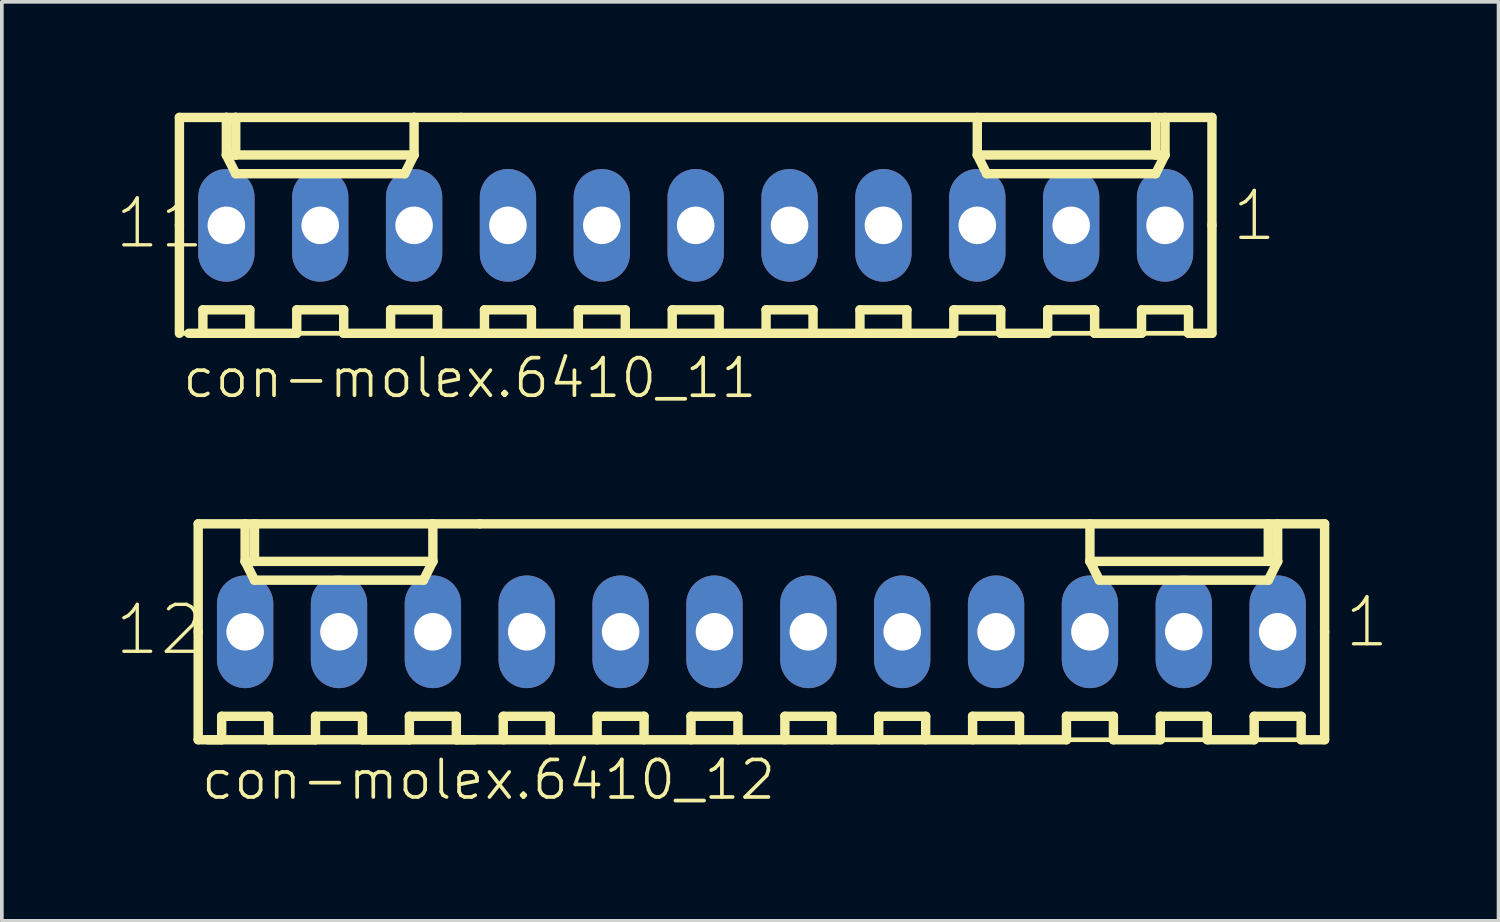
<source format=kicad_pcb>
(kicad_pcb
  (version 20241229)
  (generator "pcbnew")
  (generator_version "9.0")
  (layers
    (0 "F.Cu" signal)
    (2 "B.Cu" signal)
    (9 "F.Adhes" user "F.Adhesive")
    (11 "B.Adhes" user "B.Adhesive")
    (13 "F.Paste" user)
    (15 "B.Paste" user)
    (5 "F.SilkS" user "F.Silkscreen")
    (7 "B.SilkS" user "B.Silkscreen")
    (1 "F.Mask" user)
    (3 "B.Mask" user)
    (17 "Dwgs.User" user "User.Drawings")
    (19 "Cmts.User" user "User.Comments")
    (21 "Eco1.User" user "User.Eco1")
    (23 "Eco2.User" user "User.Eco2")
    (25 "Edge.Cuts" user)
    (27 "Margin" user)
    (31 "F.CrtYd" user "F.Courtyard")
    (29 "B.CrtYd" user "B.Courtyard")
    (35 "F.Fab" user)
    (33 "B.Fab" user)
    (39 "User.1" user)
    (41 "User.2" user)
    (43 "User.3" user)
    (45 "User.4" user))
  (footprint "con-molex.6410_12"
    (layer "F.Cu")
    (at 17.553 14.046)
    (property "Reference" "con-molex.6410_12" (at -15.213 4.599 0) (layer "F.SilkS") (effects (font (size 1.016 1.016) (thickness 0.1)) (justify left bottom)))
    (attr through_hole)
    (fp_line (start -15.24 -2.921) (end -13.97 -2.921) (stroke (width 0.254) (type default)) (layer "F.SilkS"))
    (fp_line (start -15.24 0) (end -15.24 -2.921) (stroke (width 0.254) (type default)) (layer "F.SilkS"))
    (fp_line (start -15.24 0) (end -15.24 2.921) (stroke (width 0.254) (type default)) (layer "F.SilkS"))
    (fp_line (start -15.24 2.921) (end -7.747 2.921) (stroke (width 0.254) (type default)) (layer "F.SilkS"))
    (fp_line (start -14.986 2.921) (end -14.605 2.921) (stroke (width 0.254) (type default)) (layer "F.SilkS"))
    (fp_line (start -14.605 2.286) (end -13.335 2.286) (stroke (width 0.254) (type default)) (layer "F.SilkS"))
    (fp_line (start -14.605 2.921) (end -14.605 2.286) (stroke (width 0.254) (type default)) (layer "F.SilkS"))
    (fp_line (start -13.97 -2.921) (end -13.716 -2.921) (stroke (width 0.254) (type default)) (layer "F.SilkS"))
    (fp_line (start -13.97 -2.54) (end -13.97 -2.921) (stroke (width 0.127) (type default)) (layer "F.SilkS"))
    (fp_line (start -13.97 -1.905) (end -13.97 -2.921) (stroke (width 0.254) (type default)) (layer "F.SilkS"))
    (fp_line (start -13.97 -1.905) (end -13.716 -1.905) (stroke (width 0.254) (type default)) (layer "F.SilkS"))
    (fp_line (start -13.97 -1.905) (end -13.716 -1.397) (stroke (width 0.254) (type default)) (layer "F.SilkS"))
    (fp_line (start -13.716 -2.921) (end -13.716 -1.905) (stroke (width 0.254) (type default)) (layer "F.SilkS"))
    (fp_line (start -13.716 -2.921) (end -8.89 -2.921) (stroke (width 0.254) (type default)) (layer "F.SilkS"))
    (fp_line (start -13.716 -1.905) (end -8.89 -1.905) (stroke (width 0.254) (type default)) (layer "F.SilkS"))
    (fp_line (start -13.716 -1.397) (end -9.144 -1.397) (stroke (width 0.254) (type default)) (layer "F.SilkS"))
    (fp_line (start -13.335 2.286) (end -13.335 2.921) (stroke (width 0.254) (type default)) (layer "F.SilkS"))
    (fp_line (start -13.335 2.921) (end -12.065 2.921) (stroke (width 0.254) (type default)) (layer "F.SilkS"))
    (fp_line (start -12.065 2.286) (end -10.795 2.286) (stroke (width 0.254) (type default)) (layer "F.SilkS"))
    (fp_line (start -12.065 2.921) (end -12.065 2.286) (stroke (width 0.254) (type default)) (layer "F.SilkS"))
    (fp_line (start -10.795 2.286) (end -10.795 2.921) (stroke (width 0.254) (type default)) (layer "F.SilkS"))
    (fp_line (start -10.795 2.921) (end -9.525 2.921) (stroke (width 0.254) (type default)) (layer "F.SilkS"))
    (fp_line (start -9.525 2.286) (end -8.255 2.286) (stroke (width 0.254) (type default)) (layer "F.SilkS"))
    (fp_line (start -9.525 2.921) (end -9.525 2.286) (stroke (width 0.254) (type default)) (layer "F.SilkS"))
    (fp_line (start -9.144 -1.397) (end -8.89 -1.905) (stroke (width 0.254) (type default)) (layer "F.SilkS"))
    (fp_line (start -8.89 -2.921) (end -7.62 -2.921) (stroke (width 0.254) (type default)) (layer "F.SilkS"))
    (fp_line (start -8.89 -1.905) (end -8.89 -2.921) (stroke (width 0.254) (type default)) (layer "F.SilkS"))
    (fp_line (start -8.255 2.286) (end -8.255 2.921) (stroke (width 0.254) (type default)) (layer "F.SilkS"))
    (fp_line (start -8.255 2.921) (end 8.255 2.921) (stroke (width 0.254) (type default)) (layer "F.SilkS"))
    (fp_line (start -6.985 2.286) (end -5.715 2.286) (stroke (width 0.254) (type default)) (layer "F.SilkS"))
    (fp_line (start -6.985 2.921) (end -6.985 2.286) (stroke (width 0.254) (type default)) (layer "F.SilkS"))
    (fp_line (start -5.715 2.286) (end -5.715 2.921) (stroke (width 0.254) (type default)) (layer "F.SilkS"))
    (fp_line (start -4.445 2.286) (end -3.175 2.286) (stroke (width 0.254) (type default)) (layer "F.SilkS"))
    (fp_line (start -4.445 2.921) (end -4.445 2.286) (stroke (width 0.254) (type default)) (layer "F.SilkS"))
    (fp_line (start -3.175 2.286) (end -3.175 2.921) (stroke (width 0.254) (type default)) (layer "F.SilkS"))
    (fp_line (start -1.905 2.286) (end -0.635 2.286) (stroke (width 0.254) (type default)) (layer "F.SilkS"))
    (fp_line (start -1.905 2.921) (end -1.905 2.286) (stroke (width 0.254) (type default)) (layer "F.SilkS"))
    (fp_line (start -0.635 2.286) (end -0.635 2.921) (stroke (width 0.254) (type default)) (layer "F.SilkS"))
    (fp_line (start 0.635 2.286) (end 1.905 2.286) (stroke (width 0.254) (type default)) (layer "F.SilkS"))
    (fp_line (start 0.635 2.921) (end 0.635 2.286) (stroke (width 0.254) (type default)) (layer "F.SilkS"))
    (fp_line (start 1.905 2.286) (end 1.905 2.921) (stroke (width 0.254) (type default)) (layer "F.SilkS"))
    (fp_line (start 3.175 2.286) (end 4.445 2.286) (stroke (width 0.254) (type default)) (layer "F.SilkS"))
    (fp_line (start 3.175 2.921) (end 3.175 2.286) (stroke (width 0.254) (type default)) (layer "F.SilkS"))
    (fp_line (start 4.445 2.286) (end 4.445 2.921) (stroke (width 0.254) (type default)) (layer "F.SilkS"))
    (fp_line (start 5.715 2.286) (end 6.985 2.286) (stroke (width 0.254) (type default)) (layer "F.SilkS"))
    (fp_line (start 5.715 2.921) (end 5.715 2.286) (stroke (width 0.254) (type default)) (layer "F.SilkS"))
    (fp_line (start 6.985 2.286) (end 6.985 2.921) (stroke (width 0.254) (type default)) (layer "F.SilkS"))
    (fp_line (start 8.255 2.286) (end 9.525 2.286) (stroke (width 0.254) (type default)) (layer "F.SilkS"))
    (fp_line (start 8.255 2.921) (end 8.255 2.286) (stroke (width 0.254) (type default)) (layer "F.SilkS"))
    (fp_line (start 8.89 -1.905) (end 8.89 -2.921) (stroke (width 0.254) (type default)) (layer "F.SilkS"))
    (fp_line (start 8.89 -1.905) (end 9.144 -1.397) (stroke (width 0.254) (type default)) (layer "F.SilkS"))
    (fp_line (start 8.89 -1.905) (end 13.716 -1.905) (stroke (width 0.254) (type default)) (layer "F.SilkS"))
    (fp_line (start 9.144 -1.397) (end 13.716 -1.397) (stroke (width 0.254) (type default)) (layer "F.SilkS"))
    (fp_line (start 9.525 2.286) (end 9.525 2.921) (stroke (width 0.254) (type default)) (layer "F.SilkS"))
    (fp_line (start 9.525 2.921) (end 10.795 2.921) (stroke (width 0.254) (type default)) (layer "F.SilkS"))
    (fp_line (start 10.795 2.286) (end 12.065 2.286) (stroke (width 0.254) (type default)) (layer "F.SilkS"))
    (fp_line (start 10.795 2.921) (end 10.795 2.286) (stroke (width 0.254) (type default)) (layer "F.SilkS"))
    (fp_line (start 12.065 2.286) (end 12.065 2.921) (stroke (width 0.254) (type default)) (layer "F.SilkS"))
    (fp_line (start 12.065 2.921) (end 13.335 2.921) (stroke (width 0.254) (type default)) (layer "F.SilkS"))
    (fp_line (start 13.335 2.286) (end 14.605 2.286) (stroke (width 0.254) (type default)) (layer "F.SilkS"))
    (fp_line (start 13.335 2.921) (end 13.335 2.286) (stroke (width 0.254) (type default)) (layer "F.SilkS"))
    (fp_line (start 13.716 -2.921) (end 13.716 -1.905) (stroke (width 0.254) (type default)) (layer "F.SilkS"))
    (fp_line (start 13.716 -1.905) (end 13.97 -1.905) (stroke (width 0.254) (type default)) (layer "F.SilkS"))
    (fp_line (start 13.716 -1.397) (end 13.97 -1.905) (stroke (width 0.254) (type default)) (layer "F.SilkS"))
    (fp_line (start 13.97 -1.905) (end 13.97 -2.921) (stroke (width 0.254) (type default)) (layer "F.SilkS"))
    (fp_line (start 14.605 2.286) (end 14.605 2.921) (stroke (width 0.254) (type default)) (layer "F.SilkS"))
    (fp_line (start 14.605 2.921) (end 15.24 2.921) (stroke (width 0.254) (type default)) (layer "F.SilkS"))
    (fp_line (start 15.24 -2.921) (end -7.62 -2.921) (stroke (width 0.254) (type default)) (layer "F.SilkS"))
    (fp_line (start 15.24 0) (end 15.24 -2.921) (stroke (width 0.254) (type default)) (layer "F.SilkS"))
    (fp_line (start 15.24 0) (end 15.24 2.921) (stroke (width 0.254) (type default)) (layer "F.SilkS"))
    (fp_line (start 15.24 2.921) (end -7.747 2.921) (stroke (width 0.127) (type default)) (layer "F.SilkS"))
    (fp_rect (start -14.224 0.254) (end -13.716 -0.254) (stroke (width 0.05) (type default)) (fill no) (layer "F.Fab"))
    (fp_rect (start -11.684 0.254) (end -11.176 -0.254) (stroke (width 0.05) (type default)) (fill no) (layer "F.Fab"))
    (fp_rect (start -9.144 0.254) (end -8.636 -0.254) (stroke (width 0.05) (type default)) (fill no) (layer "F.Fab"))
    (fp_rect (start -6.604 0.254) (end -6.096 -0.254) (stroke (width 0.05) (type default)) (fill no) (layer "F.Fab"))
    (fp_rect (start -4.064 0.254) (end -3.556 -0.254) (stroke (width 0.05) (type default)) (fill no) (layer "F.Fab"))
    (fp_rect (start -1.524 0.254) (end -1.016 -0.254) (stroke (width 0.05) (type default)) (fill no) (layer "F.Fab"))
    (fp_rect (start 1.016 0.254) (end 1.524 -0.254) (stroke (width 0.05) (type default)) (fill no) (layer "F.Fab"))
    (fp_rect (start 3.556 0.254) (end 4.064 -0.254) (stroke (width 0.05) (type default)) (fill no) (layer "F.Fab"))
    (fp_rect (start 6.096 0.254) (end 6.604 -0.254) (stroke (width 0.05) (type default)) (fill no) (layer "F.Fab"))
    (fp_rect (start 8.636 0.254) (end 9.144 -0.254) (stroke (width 0.05) (type default)) (fill no) (layer "F.Fab"))
    (fp_rect (start 11.176 0.254) (end 11.684 -0.254) (stroke (width 0.05) (type default)) (fill no) (layer "F.Fab"))
    (fp_rect (start 13.716 0.254) (end 14.224 -0.254) (stroke (width 0.05) (type default)) (fill no) (layer "F.Fab"))
    (fp_text user "1" (at 15.721 0.484 0) (layer "F.SilkS") (effects (font (size 1.27 1.27) (thickness 0.09)) (justify left bottom)))
    (fp_text user "12" (at -17.553 0.687 0) (layer "F.SilkS") (effects (font (size 1.27 1.27) (thickness 0.09)) (justify left bottom)))
    (pad "1" thru_hole oval (at 13.97 0 90) (size 3.048 1.524) (drill 1.016) (layers "*.Cu" "*.Mask"))
    (pad "2" thru_hole oval (at 11.43 0 90) (size 3.048 1.524) (drill 1.016) (layers "*.Cu" "*.Mask"))
    (pad "3" thru_hole oval (at 8.89 0 90) (size 3.048 1.524) (drill 1.016) (layers "*.Cu" "*.Mask"))
    (pad "4" thru_hole oval (at 6.35 0 90) (size 3.048 1.524) (drill 1.016) (layers "*.Cu" "*.Mask"))
    (pad "5" thru_hole oval (at 3.81 0 90) (size 3.048 1.524) (drill 1.016) (layers "*.Cu" "*.Mask"))
    (pad "6" thru_hole oval (at 1.27 0 90) (size 3.048 1.524) (drill 1.016) (layers "*.Cu" "*.Mask"))
    (pad "7" thru_hole oval (at -1.27 0 90) (size 3.048 1.524) (drill 1.016) (layers "*.Cu" "*.Mask"))
    (pad "8" thru_hole oval (at -3.81 0 90) (size 3.048 1.524) (drill 1.016) (layers "*.Cu" "*.Mask"))
    (pad "9" thru_hole oval (at -6.35 0 90) (size 3.048 1.524) (drill 1.016) (layers "*.Cu" "*.Mask"))
    (pad "10" thru_hole oval (at -8.89 0 90) (size 3.048 1.524) (drill 1.016) (layers "*.Cu" "*.Mask"))
    (pad "11" thru_hole oval (at -11.43 0 90) (size 3.048 1.524) (drill 1.016) (layers "*.Cu" "*.Mask"))
    (pad "12" thru_hole oval (at -13.97 0 90) (size 3.048 1.524) (drill 1.016) (layers "*.Cu" "*.Mask")))
  (footprint "con-molex.6410_11"
    (layer "F.Cu")
    (at 15.775 3.048)
    (property "Reference" "con-molex.6410_11" (at -13.943 4.726 0) (layer "F.SilkS") (effects (font (size 1.016 1.016) (thickness 0.1)) (justify left bottom)))
    (attr through_hole)
    (fp_line (start -13.97 -2.921) (end -12.7 -2.921) (stroke (width 0.254) (type default)) (layer "F.SilkS"))
    (fp_line (start -13.97 0) (end -13.97 -2.921) (stroke (width 0.254) (type default)) (layer "F.SilkS"))
    (fp_line (start -13.97 0) (end -13.97 2.921) (stroke (width 0.254) (type default)) (layer "F.SilkS"))
    (fp_line (start -13.97 2.921) (end -9.017 2.921) (stroke (width 0.127) (type default)) (layer "F.SilkS"))
    (fp_line (start -13.716 2.921) (end -13.335 2.921) (stroke (width 0.254) (type default)) (layer "F.SilkS"))
    (fp_line (start -13.335 2.286) (end -12.065 2.286) (stroke (width 0.254) (type default)) (layer "F.SilkS"))
    (fp_line (start -13.335 2.921) (end -13.335 2.286) (stroke (width 0.254) (type default)) (layer "F.SilkS"))
    (fp_line (start -12.7 -2.921) (end -12.446 -2.921) (stroke (width 0.254) (type default)) (layer "F.SilkS"))
    (fp_line (start -12.7 -2.54) (end -12.7 -2.921) (stroke (width 0.127) (type default)) (layer "F.SilkS"))
    (fp_line (start -12.7 -1.905) (end -12.7 -2.921) (stroke (width 0.254) (type default)) (layer "F.SilkS"))
    (fp_line (start -12.7 -1.905) (end -12.446 -1.905) (stroke (width 0.254) (type default)) (layer "F.SilkS"))
    (fp_line (start -12.7 -1.905) (end -12.446 -1.397) (stroke (width 0.254) (type default)) (layer "F.SilkS"))
    (fp_line (start -12.446 -2.921) (end -12.446 -1.905) (stroke (width 0.254) (type default)) (layer "F.SilkS"))
    (fp_line (start -12.446 -2.921) (end -7.62 -2.921) (stroke (width 0.254) (type default)) (layer "F.SilkS"))
    (fp_line (start -12.446 -1.905) (end -7.62 -1.905) (stroke (width 0.254) (type default)) (layer "F.SilkS"))
    (fp_line (start -12.446 -1.397) (end -7.874 -1.397) (stroke (width 0.254) (type default)) (layer "F.SilkS"))
    (fp_line (start -12.065 2.286) (end -12.065 2.921) (stroke (width 0.254) (type default)) (layer "F.SilkS"))
    (fp_line (start -12.065 2.921) (end -13.335 2.921) (stroke (width 0.254) (type default)) (layer "F.SilkS"))
    (fp_line (start -12.065 2.921) (end -10.795 2.921) (stroke (width 0.254) (type default)) (layer "F.SilkS"))
    (fp_line (start -10.795 2.286) (end -9.525 2.286) (stroke (width 0.254) (type default)) (layer "F.SilkS"))
    (fp_line (start -10.795 2.921) (end -10.795 2.286) (stroke (width 0.254) (type default)) (layer "F.SilkS"))
    (fp_line (start -9.525 2.286) (end -9.525 2.921) (stroke (width 0.254) (type default)) (layer "F.SilkS"))
    (fp_line (start -9.525 2.921) (end 6.985 2.921) (stroke (width 0.254) (type default)) (layer "F.SilkS"))
    (fp_line (start -8.255 2.286) (end -6.985 2.286) (stroke (width 0.254) (type default)) (layer "F.SilkS"))
    (fp_line (start -8.255 2.921) (end -8.255 2.286) (stroke (width 0.254) (type default)) (layer "F.SilkS"))
    (fp_line (start -7.874 -1.397) (end -7.62 -1.905) (stroke (width 0.254) (type default)) (layer "F.SilkS"))
    (fp_line (start -7.62 -2.921) (end -6.35 -2.921) (stroke (width 0.254) (type default)) (layer "F.SilkS"))
    (fp_line (start -7.62 -1.905) (end -7.62 -2.921) (stroke (width 0.254) (type default)) (layer "F.SilkS"))
    (fp_line (start -6.985 2.286) (end -6.985 2.921) (stroke (width 0.254) (type default)) (layer "F.SilkS"))
    (fp_line (start -5.715 2.286) (end -4.445 2.286) (stroke (width 0.254) (type default)) (layer "F.SilkS"))
    (fp_line (start -5.715 2.921) (end -5.715 2.286) (stroke (width 0.254) (type default)) (layer "F.SilkS"))
    (fp_line (start -4.445 2.286) (end -4.445 2.921) (stroke (width 0.254) (type default)) (layer "F.SilkS"))
    (fp_line (start -3.175 2.286) (end -1.905 2.286) (stroke (width 0.254) (type default)) (layer "F.SilkS"))
    (fp_line (start -3.175 2.921) (end -3.175 2.286) (stroke (width 0.254) (type default)) (layer "F.SilkS"))
    (fp_line (start -1.905 2.286) (end -1.905 2.921) (stroke (width 0.254) (type default)) (layer "F.SilkS"))
    (fp_line (start -0.635 2.286) (end 0.635 2.286) (stroke (width 0.254) (type default)) (layer "F.SilkS"))
    (fp_line (start -0.635 2.921) (end -0.635 2.286) (stroke (width 0.254) (type default)) (layer "F.SilkS"))
    (fp_line (start 0.635 2.286) (end 0.635 2.921) (stroke (width 0.254) (type default)) (layer "F.SilkS"))
    (fp_line (start 1.905 2.286) (end 3.175 2.286) (stroke (width 0.254) (type default)) (layer "F.SilkS"))
    (fp_line (start 1.905 2.921) (end 1.905 2.286) (stroke (width 0.254) (type default)) (layer "F.SilkS"))
    (fp_line (start 3.175 2.286) (end 3.175 2.921) (stroke (width 0.254) (type default)) (layer "F.SilkS"))
    (fp_line (start 4.445 2.286) (end 5.715 2.286) (stroke (width 0.254) (type default)) (layer "F.SilkS"))
    (fp_line (start 4.445 2.921) (end 4.445 2.286) (stroke (width 0.254) (type default)) (layer "F.SilkS"))
    (fp_line (start 5.715 2.286) (end 5.715 2.921) (stroke (width 0.254) (type default)) (layer "F.SilkS"))
    (fp_line (start 6.985 2.286) (end 8.255 2.286) (stroke (width 0.254) (type default)) (layer "F.SilkS"))
    (fp_line (start 6.985 2.921) (end 6.985 2.286) (stroke (width 0.254) (type default)) (layer "F.SilkS"))
    (fp_line (start 7.62 -1.905) (end 7.62 -2.921) (stroke (width 0.254) (type default)) (layer "F.SilkS"))
    (fp_line (start 7.62 -1.905) (end 7.874 -1.397) (stroke (width 0.254) (type default)) (layer "F.SilkS"))
    (fp_line (start 7.62 -1.905) (end 12.446 -1.905) (stroke (width 0.254) (type default)) (layer "F.SilkS"))
    (fp_line (start 7.874 -1.397) (end 12.446 -1.397) (stroke (width 0.254) (type default)) (layer "F.SilkS"))
    (fp_line (start 8.255 2.286) (end 8.255 2.921) (stroke (width 0.254) (type default)) (layer "F.SilkS"))
    (fp_line (start 8.255 2.921) (end 9.525 2.921) (stroke (width 0.254) (type default)) (layer "F.SilkS"))
    (fp_line (start 9.525 2.286) (end 10.795 2.286) (stroke (width 0.254) (type default)) (layer "F.SilkS"))
    (fp_line (start 9.525 2.921) (end 9.525 2.286) (stroke (width 0.254) (type default)) (layer "F.SilkS"))
    (fp_line (start 10.795 2.286) (end 10.795 2.921) (stroke (width 0.254) (type default)) (layer "F.SilkS"))
    (fp_line (start 10.795 2.921) (end 12.065 2.921) (stroke (width 0.254) (type default)) (layer "F.SilkS"))
    (fp_line (start 12.065 2.286) (end 13.335 2.286) (stroke (width 0.254) (type default)) (layer "F.SilkS"))
    (fp_line (start 12.065 2.921) (end 12.065 2.286) (stroke (width 0.254) (type default)) (layer "F.SilkS"))
    (fp_line (start 12.446 -2.921) (end 12.446 -1.905) (stroke (width 0.254) (type default)) (layer "F.SilkS"))
    (fp_line (start 12.446 -1.905) (end 12.7 -1.905) (stroke (width 0.254) (type default)) (layer "F.SilkS"))
    (fp_line (start 12.446 -1.397) (end 12.7 -1.905) (stroke (width 0.254) (type default)) (layer "F.SilkS"))
    (fp_line (start 12.7 -1.905) (end 12.7 -2.921) (stroke (width 0.254) (type default)) (layer "F.SilkS"))
    (fp_line (start 13.335 2.286) (end 13.335 2.921) (stroke (width 0.254) (type default)) (layer "F.SilkS"))
    (fp_line (start 13.335 2.921) (end 13.97 2.921) (stroke (width 0.254) (type default)) (layer "F.SilkS"))
    (fp_line (start 13.97 -2.921) (end -6.35 -2.921) (stroke (width 0.254) (type default)) (layer "F.SilkS"))
    (fp_line (start 13.97 0) (end 13.97 -2.921) (stroke (width 0.254) (type default)) (layer "F.SilkS"))
    (fp_line (start 13.97 0) (end 13.97 2.921) (stroke (width 0.254) (type default)) (layer "F.SilkS"))
    (fp_line (start 13.97 2.921) (end -9.017 2.921) (stroke (width 0.127) (type default)) (layer "F.SilkS"))
    (fp_rect (start -12.954 0.254) (end -12.446 -0.254) (stroke (width 0.05) (type default)) (fill no) (layer "F.Fab"))
    (fp_rect (start -10.414 0.254) (end -9.906 -0.254) (stroke (width 0.05) (type default)) (fill no) (layer "F.Fab"))
    (fp_rect (start -7.874 0.254) (end -7.366 -0.254) (stroke (width 0.05) (type default)) (fill no) (layer "F.Fab"))
    (fp_rect (start -5.334 0.254) (end -4.826 -0.254) (stroke (width 0.05) (type default)) (fill no) (layer "F.Fab"))
    (fp_rect (start -2.794 0.254) (end -2.286 -0.254) (stroke (width 0.05) (type default)) (fill no) (layer "F.Fab"))
    (fp_rect (start -0.254 0.254) (end 0.254 -0.254) (stroke (width 0.05) (type default)) (fill no) (layer "F.Fab"))
    (fp_rect (start 2.286 0.254) (end 2.794 -0.254) (stroke (width 0.05) (type default)) (fill no) (layer "F.Fab"))
    (fp_rect (start 4.826 0.254) (end 5.334 -0.254) (stroke (width 0.05) (type default)) (fill no) (layer "F.Fab"))
    (fp_rect (start 7.366 0.254) (end 7.874 -0.254) (stroke (width 0.05) (type default)) (fill no) (layer "F.Fab"))
    (fp_rect (start 9.906 0.254) (end 10.414 -0.254) (stroke (width 0.05) (type default)) (fill no) (layer "F.Fab"))
    (fp_rect (start 12.446 0.254) (end 12.954 -0.254) (stroke (width 0.05) (type default)) (fill no) (layer "F.Fab"))
    (fp_text user "1" (at 14.451 0.484 0) (layer "F.SilkS") (effects (font (size 1.27 1.27) (thickness 0.09)) (justify left bottom)))
    (fp_text user "11" (at -15.775 0.687 0) (layer "F.SilkS") (effects (font (size 1.27 1.27) (thickness 0.09)) (justify left bottom)))
    (pad "1" thru_hole oval (at 12.7 0 90) (size 3.048 1.524) (drill 1.016) (layers "*.Cu" "*.Mask"))
    (pad "2" thru_hole oval (at 10.16 0 90) (size 3.048 1.524) (drill 1.016) (layers "*.Cu" "*.Mask"))
    (pad "3" thru_hole oval (at 7.62 0 90) (size 3.048 1.524) (drill 1.016) (layers "*.Cu" "*.Mask"))
    (pad "4" thru_hole oval (at 5.08 0 90) (size 3.048 1.524) (drill 1.016) (layers "*.Cu" "*.Mask"))
    (pad "5" thru_hole oval (at 2.54 0 90) (size 3.048 1.524) (drill 1.016) (layers "*.Cu" "*.Mask"))
    (pad "6" thru_hole oval (at 0 0 90) (size 3.048 1.524) (drill 1.016) (layers "*.Cu" "*.Mask"))
    (pad "7" thru_hole oval (at -2.54 0 90) (size 3.048 1.524) (drill 1.016) (layers "*.Cu" "*.Mask"))
    (pad "8" thru_hole oval (at -5.08 0 90) (size 3.048 1.524) (drill 1.016) (layers "*.Cu" "*.Mask"))
    (pad "9" thru_hole oval (at -7.62 0 90) (size 3.048 1.524) (drill 1.016) (layers "*.Cu" "*.Mask"))
    (pad "10" thru_hole oval (at -10.16 0 90) (size 3.048 1.524) (drill 1.016) (layers "*.Cu" "*.Mask"))
    (pad "11" thru_hole oval (at -12.7 0 90) (size 3.048 1.524) (drill 1.016) (layers "*.Cu" "*.Mask")))
  (gr_rect
    (start -3 -3)
    (end 37.5 21.868)
    (stroke (width 0.1) (type default))
    (fill no)
    (layer "Edge.Cuts")))
</source>
